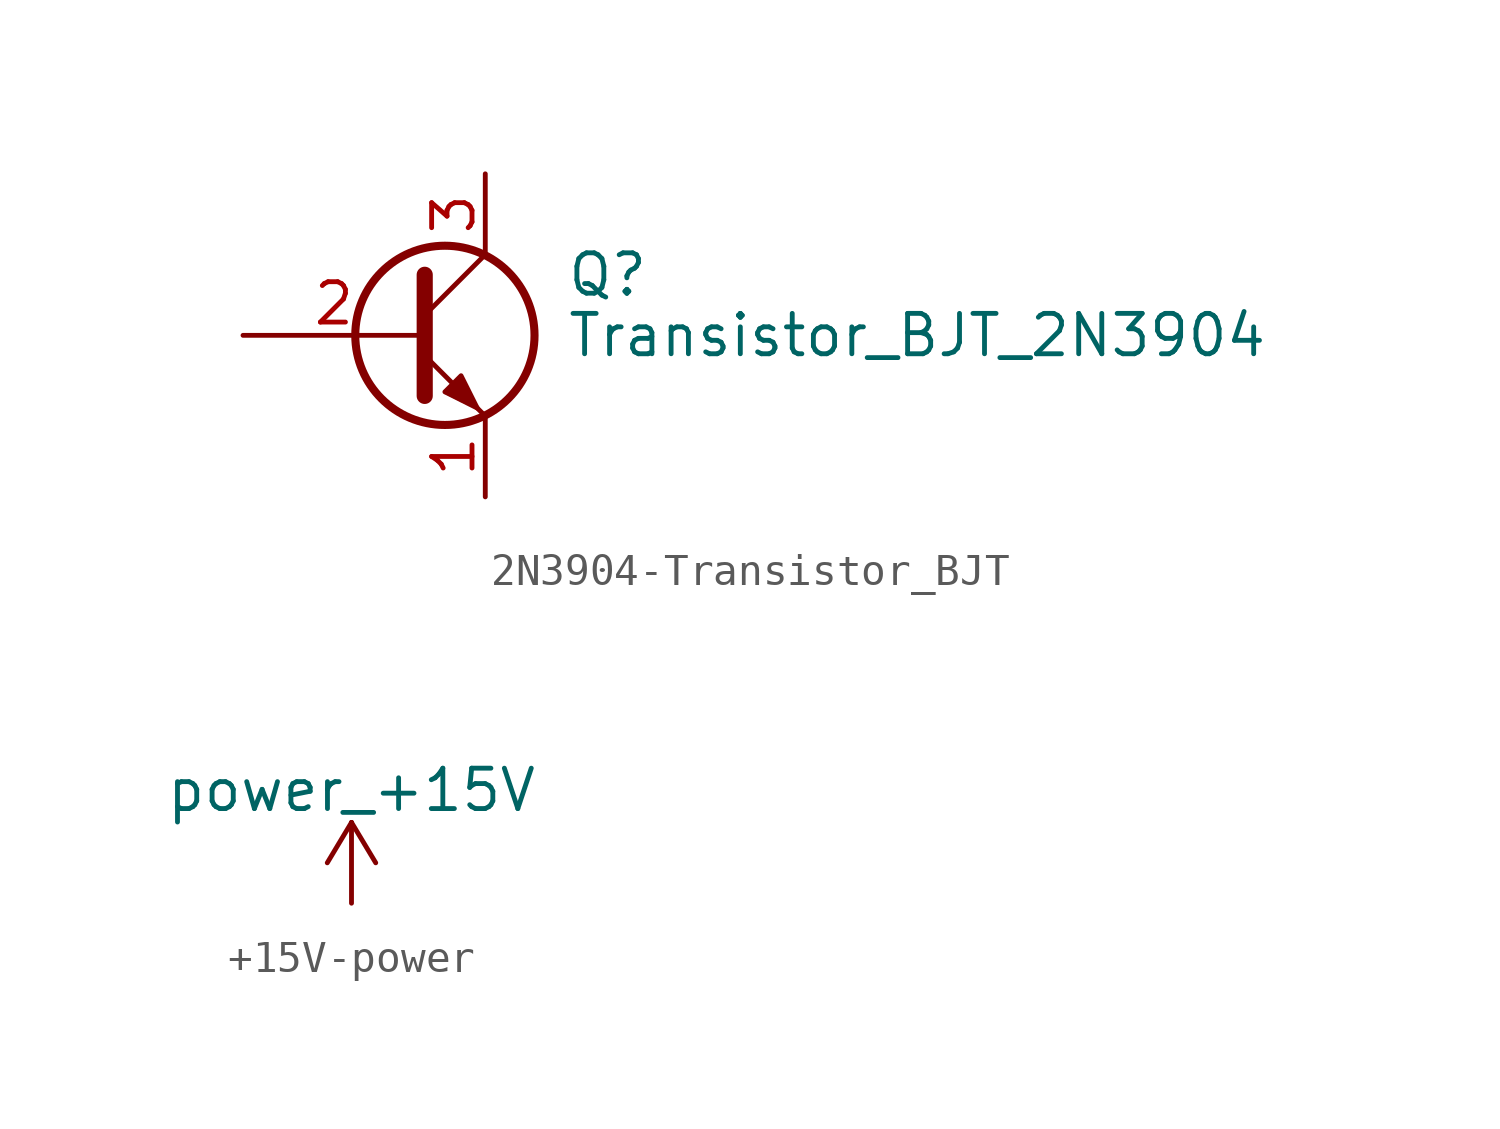
<source format=kicad_sym>
(kicad_symbol_lib
  (version 20241209)
  (generator "kicad_symbol_editor")
  (generator_version "9.0")
  (symbol "2N3904-Transistor_BJT"
    (pin_names
      (offset 0)
      (hide yes))
    (property "Reference" "Q"
      (at 5.08 1.905 0)
      (effects (font (size 1.27 1.27)) (justify left)))
    (property "Value" "Transistor_BJT_2N3904"
      (at 5.08 0 0)
      (effects (font (size 1.27 1.27)) (justify left)))
    (symbol "2N3904-Transistor_BJT_0_1"
      (polyline (pts (xy 0.635 1.905) (xy 0.635 -1.905) (xy 0.635 -1.905)) (stroke (width 0.508) (type solid)) (fill (type none)))
      (polyline (pts (xy 0.635 0.635) (xy 2.54 2.54)) (stroke (width 0) (type solid)) (fill (type none)))
      (polyline (pts (xy 0.635 -0.635) (xy 2.54 -2.54) (xy 2.54 -2.54)) (stroke (width 0) (type solid)) (fill (type none)))
      (circle (center 1.27 0) (radius 2.819) (stroke (width 0.254) (type solid)) (fill (type none)))
      (polyline (pts (xy 1.27 -1.778) (xy 1.778 -1.27) (xy 2.286 -2.286) (xy 1.27 -1.778) (xy 1.27 -1.778)) (stroke (width 0) (type solid)) (fill (type outline))))
    (symbol "2N3904-Transistor_BJT_1_1"
      (pin passive line (at -5.08 0 0) (length 5.715) (name "B" (effects (font (size 1.27 1.27)))) (number "2" (effects (font (size 1.27 1.27)))))
      (pin passive line (at 2.54 5.08 270) (length 2.54) (name "C" (effects (font (size 1.27 1.27)))) (number "3" (effects (font (size 1.27 1.27)))))
      (pin passive line (at 2.54 -5.08 90) (length 2.54) (name "E" (effects (font (size 1.27 1.27)))) (number "1" (effects (font (size 1.27 1.27)))))))
  (symbol "+15V-power"
    (power)
    (pin_names
      (offset 0))
    (property "Reference" "#PWR"
      (at 0 -3.81 0)
      (effects (font (size 1.27 1.27)) (hide yes)))
    (property "Value" "power_+15V"
      (at 0 3.556 0)
      (effects (font (size 1.27 1.27))))
    (symbol "+15V-power_0_1"
      (polyline (pts (xy -0.762 1.27) (xy 0 2.54)) (stroke (width 0) (type solid)) (fill (type none)))
      (polyline (pts (xy 0 2.54) (xy 0.762 1.27)) (stroke (width 0) (type solid)) (fill (type none)))
      (polyline (pts (xy 0 0) (xy 0 2.54)) (stroke (width 0) (type solid)) (fill (type none))))
    (symbol "+15V-power_1_1"
      (pin power_in line (at 0 0 90) (length 0) (hide yes) (name "+15V" (effects (font (size 1.27 1.27)))) (number "1" (effects (font (size 1.27 1.27))))))))
</source>
